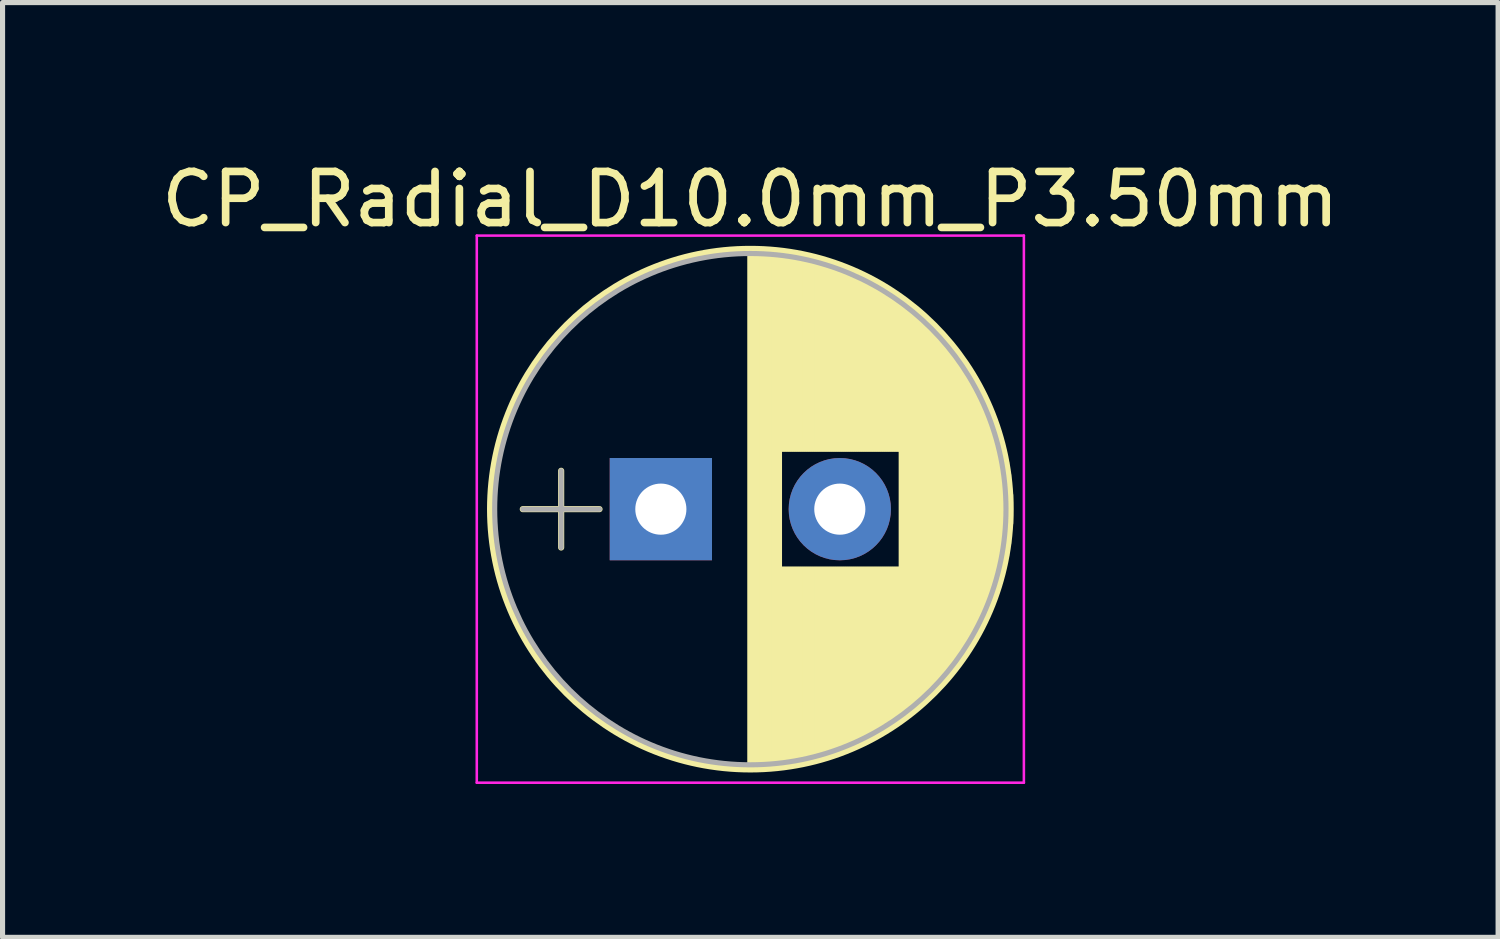
<source format=kicad_pcb>
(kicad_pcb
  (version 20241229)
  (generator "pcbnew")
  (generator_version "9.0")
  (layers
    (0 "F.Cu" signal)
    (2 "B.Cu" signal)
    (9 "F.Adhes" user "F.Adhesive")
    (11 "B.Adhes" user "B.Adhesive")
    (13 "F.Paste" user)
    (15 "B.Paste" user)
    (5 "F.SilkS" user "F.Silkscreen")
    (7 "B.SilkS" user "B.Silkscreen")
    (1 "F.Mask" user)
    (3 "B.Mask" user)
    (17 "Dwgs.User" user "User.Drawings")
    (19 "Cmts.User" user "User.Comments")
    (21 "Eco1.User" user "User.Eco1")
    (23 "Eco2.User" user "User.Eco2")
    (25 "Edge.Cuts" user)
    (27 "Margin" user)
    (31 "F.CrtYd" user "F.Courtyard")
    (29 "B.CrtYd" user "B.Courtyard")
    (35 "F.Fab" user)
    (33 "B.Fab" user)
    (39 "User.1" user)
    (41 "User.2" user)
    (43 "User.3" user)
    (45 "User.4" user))
  (footprint "CP_Radial_D10.0mm_P3.50mm"
    (layer "F.Cu")
    (at 9.875 6.908)
    (property "Reference" "CP_Radial_D10.0mm_P3.50mm" (at 1.75 -6.06 0) (layer "F.SilkS") (effects (font (size 1 1) (thickness 0.15))))
    (attr through_hole)
    (fp_line (start -2.7 0) (end -1.2 0) (stroke (width 0.12) (type solid)) (layer "F.SilkS"))
    (fp_line (start -1.95 -0.75) (end -1.95 0.75) (stroke (width 0.12) (type solid)) (layer "F.SilkS"))
    (fp_line (start 1.75 -5.05) (end 1.75 5.05) (stroke (width 0.12) (type solid)) (layer "F.SilkS"))
    (fp_line (start 1.79 -5.05) (end 1.79 5.05) (stroke (width 0.12) (type solid)) (layer "F.SilkS"))
    (fp_line (start 1.83 -5.05) (end 1.83 5.05) (stroke (width 0.12) (type solid)) (layer "F.SilkS"))
    (fp_line (start 1.87 -5.049) (end 1.87 5.049) (stroke (width 0.12) (type solid)) (layer "F.SilkS"))
    (fp_line (start 1.91 -5.048) (end 1.91 5.048) (stroke (width 0.12) (type solid)) (layer "F.SilkS"))
    (fp_line (start 1.95 -5.047) (end 1.95 5.047) (stroke (width 0.12) (type solid)) (layer "F.SilkS"))
    (fp_line (start 1.99 -5.045) (end 1.99 5.045) (stroke (width 0.12) (type solid)) (layer "F.SilkS"))
    (fp_line (start 2.03 -5.043) (end 2.03 5.043) (stroke (width 0.12) (type solid)) (layer "F.SilkS"))
    (fp_line (start 2.07 -5.04) (end 2.07 5.04) (stroke (width 0.12) (type solid)) (layer "F.SilkS"))
    (fp_line (start 2.11 -5.038) (end 2.11 5.038) (stroke (width 0.12) (type solid)) (layer "F.SilkS"))
    (fp_line (start 2.15 -5.035) (end 2.15 5.035) (stroke (width 0.12) (type solid)) (layer "F.SilkS"))
    (fp_line (start 2.19 -5.031) (end 2.19 5.031) (stroke (width 0.12) (type solid)) (layer "F.SilkS"))
    (fp_line (start 2.23 -5.028) (end 2.23 5.028) (stroke (width 0.12) (type solid)) (layer "F.SilkS"))
    (fp_line (start 2.27 -5.024) (end 2.27 5.024) (stroke (width 0.12) (type solid)) (layer "F.SilkS"))
    (fp_line (start 2.31 -5.02) (end 2.31 5.02) (stroke (width 0.12) (type solid)) (layer "F.SilkS"))
    (fp_line (start 2.35 -5.015) (end 2.35 -1.181) (stroke (width 0.12) (type solid)) (layer "F.SilkS"))
    (fp_line (start 2.35 1.181) (end 2.35 5.015) (stroke (width 0.12) (type solid)) (layer "F.SilkS"))
    (fp_line (start 2.39 -5.01) (end 2.39 -1.181) (stroke (width 0.12) (type solid)) (layer "F.SilkS"))
    (fp_line (start 2.39 1.181) (end 2.39 5.01) (stroke (width 0.12) (type solid)) (layer "F.SilkS"))
    (fp_line (start 2.43 -5.005) (end 2.43 -1.181) (stroke (width 0.12) (type solid)) (layer "F.SilkS"))
    (fp_line (start 2.43 1.181) (end 2.43 5.005) (stroke (width 0.12) (type solid)) (layer "F.SilkS"))
    (fp_line (start 2.471 -4.999) (end 2.471 -1.181) (stroke (width 0.12) (type solid)) (layer "F.SilkS"))
    (fp_line (start 2.471 1.181) (end 2.471 4.999) (stroke (width 0.12) (type solid)) (layer "F.SilkS"))
    (fp_line (start 2.511 -4.993) (end 2.511 -1.181) (stroke (width 0.12) (type solid)) (layer "F.SilkS"))
    (fp_line (start 2.511 1.181) (end 2.511 4.993) (stroke (width 0.12) (type solid)) (layer "F.SilkS"))
    (fp_line (start 2.551 -4.987) (end 2.551 -1.181) (stroke (width 0.12) (type solid)) (layer "F.SilkS"))
    (fp_line (start 2.551 1.181) (end 2.551 4.987) (stroke (width 0.12) (type solid)) (layer "F.SilkS"))
    (fp_line (start 2.591 -4.981) (end 2.591 -1.181) (stroke (width 0.12) (type solid)) (layer "F.SilkS"))
    (fp_line (start 2.591 1.181) (end 2.591 4.981) (stroke (width 0.12) (type solid)) (layer "F.SilkS"))
    (fp_line (start 2.631 -4.974) (end 2.631 -1.181) (stroke (width 0.12) (type solid)) (layer "F.SilkS"))
    (fp_line (start 2.631 1.181) (end 2.631 4.974) (stroke (width 0.12) (type solid)) (layer "F.SilkS"))
    (fp_line (start 2.671 -4.967) (end 2.671 -1.181) (stroke (width 0.12) (type solid)) (layer "F.SilkS"))
    (fp_line (start 2.671 1.181) (end 2.671 4.967) (stroke (width 0.12) (type solid)) (layer "F.SilkS"))
    (fp_line (start 2.711 -4.959) (end 2.711 -1.181) (stroke (width 0.12) (type solid)) (layer "F.SilkS"))
    (fp_line (start 2.711 1.181) (end 2.711 4.959) (stroke (width 0.12) (type solid)) (layer "F.SilkS"))
    (fp_line (start 2.751 -4.951) (end 2.751 -1.181) (stroke (width 0.12) (type solid)) (layer "F.SilkS"))
    (fp_line (start 2.751 1.181) (end 2.751 4.951) (stroke (width 0.12) (type solid)) (layer "F.SilkS"))
    (fp_line (start 2.791 -4.943) (end 2.791 -1.181) (stroke (width 0.12) (type solid)) (layer "F.SilkS"))
    (fp_line (start 2.791 1.181) (end 2.791 4.943) (stroke (width 0.12) (type solid)) (layer "F.SilkS"))
    (fp_line (start 2.831 -4.935) (end 2.831 -1.181) (stroke (width 0.12) (type solid)) (layer "F.SilkS"))
    (fp_line (start 2.831 1.181) (end 2.831 4.935) (stroke (width 0.12) (type solid)) (layer "F.SilkS"))
    (fp_line (start 2.871 -4.926) (end 2.871 -1.181) (stroke (width 0.12) (type solid)) (layer "F.SilkS"))
    (fp_line (start 2.871 1.181) (end 2.871 4.926) (stroke (width 0.12) (type solid)) (layer "F.SilkS"))
    (fp_line (start 2.911 -4.917) (end 2.911 -1.181) (stroke (width 0.12) (type solid)) (layer "F.SilkS"))
    (fp_line (start 2.911 1.181) (end 2.911 4.917) (stroke (width 0.12) (type solid)) (layer "F.SilkS"))
    (fp_line (start 2.951 -4.907) (end 2.951 -1.181) (stroke (width 0.12) (type solid)) (layer "F.SilkS"))
    (fp_line (start 2.951 1.181) (end 2.951 4.907) (stroke (width 0.12) (type solid)) (layer "F.SilkS"))
    (fp_line (start 2.991 -4.897) (end 2.991 -1.181) (stroke (width 0.12) (type solid)) (layer "F.SilkS"))
    (fp_line (start 2.991 1.181) (end 2.991 4.897) (stroke (width 0.12) (type solid)) (layer "F.SilkS"))
    (fp_line (start 3.031 -4.887) (end 3.031 -1.181) (stroke (width 0.12) (type solid)) (layer "F.SilkS"))
    (fp_line (start 3.031 1.181) (end 3.031 4.887) (stroke (width 0.12) (type solid)) (layer "F.SilkS"))
    (fp_line (start 3.071 -4.876) (end 3.071 -1.181) (stroke (width 0.12) (type solid)) (layer "F.SilkS"))
    (fp_line (start 3.071 1.181) (end 3.071 4.876) (stroke (width 0.12) (type solid)) (layer "F.SilkS"))
    (fp_line (start 3.111 -4.865) (end 3.111 -1.181) (stroke (width 0.12) (type solid)) (layer "F.SilkS"))
    (fp_line (start 3.111 1.181) (end 3.111 4.865) (stroke (width 0.12) (type solid)) (layer "F.SilkS"))
    (fp_line (start 3.151 -4.854) (end 3.151 -1.181) (stroke (width 0.12) (type solid)) (layer "F.SilkS"))
    (fp_line (start 3.151 1.181) (end 3.151 4.854) (stroke (width 0.12) (type solid)) (layer "F.SilkS"))
    (fp_line (start 3.191 -4.843) (end 3.191 -1.181) (stroke (width 0.12) (type solid)) (layer "F.SilkS"))
    (fp_line (start 3.191 1.181) (end 3.191 4.843) (stroke (width 0.12) (type solid)) (layer "F.SilkS"))
    (fp_line (start 3.231 -4.831) (end 3.231 -1.181) (stroke (width 0.12) (type solid)) (layer "F.SilkS"))
    (fp_line (start 3.231 1.181) (end 3.231 4.831) (stroke (width 0.12) (type solid)) (layer "F.SilkS"))
    (fp_line (start 3.271 -4.818) (end 3.271 -1.181) (stroke (width 0.12) (type solid)) (layer "F.SilkS"))
    (fp_line (start 3.271 1.181) (end 3.271 4.818) (stroke (width 0.12) (type solid)) (layer "F.SilkS"))
    (fp_line (start 3.311 -4.806) (end 3.311 -1.181) (stroke (width 0.12) (type solid)) (layer "F.SilkS"))
    (fp_line (start 3.311 1.181) (end 3.311 4.806) (stroke (width 0.12) (type solid)) (layer "F.SilkS"))
    (fp_line (start 3.351 -4.792) (end 3.351 -1.181) (stroke (width 0.12) (type solid)) (layer "F.SilkS"))
    (fp_line (start 3.351 1.181) (end 3.351 4.792) (stroke (width 0.12) (type solid)) (layer "F.SilkS"))
    (fp_line (start 3.391 -4.779) (end 3.391 -1.181) (stroke (width 0.12) (type solid)) (layer "F.SilkS"))
    (fp_line (start 3.391 1.181) (end 3.391 4.779) (stroke (width 0.12) (type solid)) (layer "F.SilkS"))
    (fp_line (start 3.431 -4.765) (end 3.431 -1.181) (stroke (width 0.12) (type solid)) (layer "F.SilkS"))
    (fp_line (start 3.431 1.181) (end 3.431 4.765) (stroke (width 0.12) (type solid)) (layer "F.SilkS"))
    (fp_line (start 3.471 -4.751) (end 3.471 -1.181) (stroke (width 0.12) (type solid)) (layer "F.SilkS"))
    (fp_line (start 3.471 1.181) (end 3.471 4.751) (stroke (width 0.12) (type solid)) (layer "F.SilkS"))
    (fp_line (start 3.511 -4.737) (end 3.511 -1.181) (stroke (width 0.12) (type solid)) (layer "F.SilkS"))
    (fp_line (start 3.511 1.181) (end 3.511 4.737) (stroke (width 0.12) (type solid)) (layer "F.SilkS"))
    (fp_line (start 3.551 -4.722) (end 3.551 -1.181) (stroke (width 0.12) (type solid)) (layer "F.SilkS"))
    (fp_line (start 3.551 1.181) (end 3.551 4.722) (stroke (width 0.12) (type solid)) (layer "F.SilkS"))
    (fp_line (start 3.591 -4.706) (end 3.591 -1.181) (stroke (width 0.12) (type solid)) (layer "F.SilkS"))
    (fp_line (start 3.591 1.181) (end 3.591 4.706) (stroke (width 0.12) (type solid)) (layer "F.SilkS"))
    (fp_line (start 3.631 -4.691) (end 3.631 -1.181) (stroke (width 0.12) (type solid)) (layer "F.SilkS"))
    (fp_line (start 3.631 1.181) (end 3.631 4.691) (stroke (width 0.12) (type solid)) (layer "F.SilkS"))
    (fp_line (start 3.671 -4.674) (end 3.671 -1.181) (stroke (width 0.12) (type solid)) (layer "F.SilkS"))
    (fp_line (start 3.671 1.181) (end 3.671 4.674) (stroke (width 0.12) (type solid)) (layer "F.SilkS"))
    (fp_line (start 3.711 -4.658) (end 3.711 -1.181) (stroke (width 0.12) (type solid)) (layer "F.SilkS"))
    (fp_line (start 3.711 1.181) (end 3.711 4.658) (stroke (width 0.12) (type solid)) (layer "F.SilkS"))
    (fp_line (start 3.751 -4.641) (end 3.751 -1.181) (stroke (width 0.12) (type solid)) (layer "F.SilkS"))
    (fp_line (start 3.751 1.181) (end 3.751 4.641) (stroke (width 0.12) (type solid)) (layer "F.SilkS"))
    (fp_line (start 3.791 -4.624) (end 3.791 -1.181) (stroke (width 0.12) (type solid)) (layer "F.SilkS"))
    (fp_line (start 3.791 1.181) (end 3.791 4.624) (stroke (width 0.12) (type solid)) (layer "F.SilkS"))
    (fp_line (start 3.831 -4.606) (end 3.831 -1.181) (stroke (width 0.12) (type solid)) (layer "F.SilkS"))
    (fp_line (start 3.831 1.181) (end 3.831 4.606) (stroke (width 0.12) (type solid)) (layer "F.SilkS"))
    (fp_line (start 3.871 -4.588) (end 3.871 -1.181) (stroke (width 0.12) (type solid)) (layer "F.SilkS"))
    (fp_line (start 3.871 1.181) (end 3.871 4.588) (stroke (width 0.12) (type solid)) (layer "F.SilkS"))
    (fp_line (start 3.911 -4.569) (end 3.911 -1.181) (stroke (width 0.12) (type solid)) (layer "F.SilkS"))
    (fp_line (start 3.911 1.181) (end 3.911 4.569) (stroke (width 0.12) (type solid)) (layer "F.SilkS"))
    (fp_line (start 3.951 -4.55) (end 3.951 -1.181) (stroke (width 0.12) (type solid)) (layer "F.SilkS"))
    (fp_line (start 3.951 1.181) (end 3.951 4.55) (stroke (width 0.12) (type solid)) (layer "F.SilkS"))
    (fp_line (start 3.991 -4.531) (end 3.991 -1.181) (stroke (width 0.12) (type solid)) (layer "F.SilkS"))
    (fp_line (start 3.991 1.181) (end 3.991 4.531) (stroke (width 0.12) (type solid)) (layer "F.SilkS"))
    (fp_line (start 4.031 -4.511) (end 4.031 -1.181) (stroke (width 0.12) (type solid)) (layer "F.SilkS"))
    (fp_line (start 4.031 1.181) (end 4.031 4.511) (stroke (width 0.12) (type solid)) (layer "F.SilkS"))
    (fp_line (start 4.071 -4.491) (end 4.071 -1.181) (stroke (width 0.12) (type solid)) (layer "F.SilkS"))
    (fp_line (start 4.071 1.181) (end 4.071 4.491) (stroke (width 0.12) (type solid)) (layer "F.SilkS"))
    (fp_line (start 4.111 -4.47) (end 4.111 -1.181) (stroke (width 0.12) (type solid)) (layer "F.SilkS"))
    (fp_line (start 4.111 1.181) (end 4.111 4.47) (stroke (width 0.12) (type solid)) (layer "F.SilkS"))
    (fp_line (start 4.151 -4.449) (end 4.151 -1.181) (stroke (width 0.12) (type solid)) (layer "F.SilkS"))
    (fp_line (start 4.151 1.181) (end 4.151 4.449) (stroke (width 0.12) (type solid)) (layer "F.SilkS"))
    (fp_line (start 4.191 -4.428) (end 4.191 -1.181) (stroke (width 0.12) (type solid)) (layer "F.SilkS"))
    (fp_line (start 4.191 1.181) (end 4.191 4.428) (stroke (width 0.12) (type solid)) (layer "F.SilkS"))
    (fp_line (start 4.231 -4.405) (end 4.231 -1.181) (stroke (width 0.12) (type solid)) (layer "F.SilkS"))
    (fp_line (start 4.231 1.181) (end 4.231 4.405) (stroke (width 0.12) (type solid)) (layer "F.SilkS"))
    (fp_line (start 4.271 -4.383) (end 4.271 -1.181) (stroke (width 0.12) (type solid)) (layer "F.SilkS"))
    (fp_line (start 4.271 1.181) (end 4.271 4.383) (stroke (width 0.12) (type solid)) (layer "F.SilkS"))
    (fp_line (start 4.311 -4.36) (end 4.311 -1.181) (stroke (width 0.12) (type solid)) (layer "F.SilkS"))
    (fp_line (start 4.311 1.181) (end 4.311 4.36) (stroke (width 0.12) (type solid)) (layer "F.SilkS"))
    (fp_line (start 4.351 -4.336) (end 4.351 -1.181) (stroke (width 0.12) (type solid)) (layer "F.SilkS"))
    (fp_line (start 4.351 1.181) (end 4.351 4.336) (stroke (width 0.12) (type solid)) (layer "F.SilkS"))
    (fp_line (start 4.391 -4.312) (end 4.391 -1.181) (stroke (width 0.12) (type solid)) (layer "F.SilkS"))
    (fp_line (start 4.391 1.181) (end 4.391 4.312) (stroke (width 0.12) (type solid)) (layer "F.SilkS"))
    (fp_line (start 4.431 -4.288) (end 4.431 -1.181) (stroke (width 0.12) (type solid)) (layer "F.SilkS"))
    (fp_line (start 4.431 1.181) (end 4.431 4.288) (stroke (width 0.12) (type solid)) (layer "F.SilkS"))
    (fp_line (start 4.471 -4.263) (end 4.471 -1.181) (stroke (width 0.12) (type solid)) (layer "F.SilkS"))
    (fp_line (start 4.471 1.181) (end 4.471 4.263) (stroke (width 0.12) (type solid)) (layer "F.SilkS"))
    (fp_line (start 4.511 -4.237) (end 4.511 -1.181) (stroke (width 0.12) (type solid)) (layer "F.SilkS"))
    (fp_line (start 4.511 1.181) (end 4.511 4.237) (stroke (width 0.12) (type solid)) (layer "F.SilkS"))
    (fp_line (start 4.551 -4.211) (end 4.551 -1.181) (stroke (width 0.12) (type solid)) (layer "F.SilkS"))
    (fp_line (start 4.551 1.181) (end 4.551 4.211) (stroke (width 0.12) (type solid)) (layer "F.SilkS"))
    (fp_line (start 4.591 -4.185) (end 4.591 -1.181) (stroke (width 0.12) (type solid)) (layer "F.SilkS"))
    (fp_line (start 4.591 1.181) (end 4.591 4.185) (stroke (width 0.12) (type solid)) (layer "F.SilkS"))
    (fp_line (start 4.631 -4.157) (end 4.631 -1.181) (stroke (width 0.12) (type solid)) (layer "F.SilkS"))
    (fp_line (start 4.631 1.181) (end 4.631 4.157) (stroke (width 0.12) (type solid)) (layer "F.SilkS"))
    (fp_line (start 4.671 -4.13) (end 4.671 -1.181) (stroke (width 0.12) (type solid)) (layer "F.SilkS"))
    (fp_line (start 4.671 1.181) (end 4.671 4.13) (stroke (width 0.12) (type solid)) (layer "F.SilkS"))
    (fp_line (start 4.711 -4.101) (end 4.711 4.101) (stroke (width 0.12) (type solid)) (layer "F.SilkS"))
    (fp_line (start 4.751 -4.072) (end 4.751 4.072) (stroke (width 0.12) (type solid)) (layer "F.SilkS"))
    (fp_line (start 4.791 -4.043) (end 4.791 4.043) (stroke (width 0.12) (type solid)) (layer "F.SilkS"))
    (fp_line (start 4.831 -4.013) (end 4.831 4.013) (stroke (width 0.12) (type solid)) (layer "F.SilkS"))
    (fp_line (start 4.871 -3.982) (end 4.871 3.982) (stroke (width 0.12) (type solid)) (layer "F.SilkS"))
    (fp_line (start 4.911 -3.951) (end 4.911 3.951) (stroke (width 0.12) (type solid)) (layer "F.SilkS"))
    (fp_line (start 4.951 -3.919) (end 4.951 3.919) (stroke (width 0.12) (type solid)) (layer "F.SilkS"))
    (fp_line (start 4.991 -3.886) (end 4.991 3.886) (stroke (width 0.12) (type solid)) (layer "F.SilkS"))
    (fp_line (start 5.031 -3.853) (end 5.031 3.853) (stroke (width 0.12) (type solid)) (layer "F.SilkS"))
    (fp_line (start 5.071 -3.819) (end 5.071 3.819) (stroke (width 0.12) (type solid)) (layer "F.SilkS"))
    (fp_line (start 5.111 -3.784) (end 5.111 3.784) (stroke (width 0.12) (type solid)) (layer "F.SilkS"))
    (fp_line (start 5.151 -3.748) (end 5.151 3.748) (stroke (width 0.12) (type solid)) (layer "F.SilkS"))
    (fp_line (start 5.191 -3.712) (end 5.191 3.712) (stroke (width 0.12) (type solid)) (layer "F.SilkS"))
    (fp_line (start 5.231 -3.675) (end 5.231 3.675) (stroke (width 0.12) (type solid)) (layer "F.SilkS"))
    (fp_line (start 5.271 -3.637) (end 5.271 3.637) (stroke (width 0.12) (type solid)) (layer "F.SilkS"))
    (fp_line (start 5.311 -3.598) (end 5.311 3.598) (stroke (width 0.12) (type solid)) (layer "F.SilkS"))
    (fp_line (start 5.351 -3.559) (end 5.351 3.559) (stroke (width 0.12) (type solid)) (layer "F.SilkS"))
    (fp_line (start 5.391 -3.518) (end 5.391 3.518) (stroke (width 0.12) (type solid)) (layer "F.SilkS"))
    (fp_line (start 5.431 -3.477) (end 5.431 3.477) (stroke (width 0.12) (type solid)) (layer "F.SilkS"))
    (fp_line (start 5.471 -3.435) (end 5.471 3.435) (stroke (width 0.12) (type solid)) (layer "F.SilkS"))
    (fp_line (start 5.511 -3.391) (end 5.511 3.391) (stroke (width 0.12) (type solid)) (layer "F.SilkS"))
    (fp_line (start 5.551 -3.347) (end 5.551 3.347) (stroke (width 0.12) (type solid)) (layer "F.SilkS"))
    (fp_line (start 5.591 -3.302) (end 5.591 3.302) (stroke (width 0.12) (type solid)) (layer "F.SilkS"))
    (fp_line (start 5.631 -3.255) (end 5.631 3.255) (stroke (width 0.12) (type solid)) (layer "F.SilkS"))
    (fp_line (start 5.671 -3.207) (end 5.671 3.207) (stroke (width 0.12) (type solid)) (layer "F.SilkS"))
    (fp_line (start 5.711 -3.158) (end 5.711 3.158) (stroke (width 0.12) (type solid)) (layer "F.SilkS"))
    (fp_line (start 5.751 -3.108) (end 5.751 3.108) (stroke (width 0.12) (type solid)) (layer "F.SilkS"))
    (fp_line (start 5.791 -3.057) (end 5.791 3.057) (stroke (width 0.12) (type solid)) (layer "F.SilkS"))
    (fp_line (start 5.831 -3.004) (end 5.831 3.004) (stroke (width 0.12) (type solid)) (layer "F.SilkS"))
    (fp_line (start 5.871 -2.949) (end 5.871 2.949) (stroke (width 0.12) (type solid)) (layer "F.SilkS"))
    (fp_line (start 5.911 -2.894) (end 5.911 2.894) (stroke (width 0.12) (type solid)) (layer "F.SilkS"))
    (fp_line (start 5.951 -2.836) (end 5.951 2.836) (stroke (width 0.12) (type solid)) (layer "F.SilkS"))
    (fp_line (start 5.991 -2.777) (end 5.991 2.777) (stroke (width 0.12) (type solid)) (layer "F.SilkS"))
    (fp_line (start 6.031 -2.715) (end 6.031 2.715) (stroke (width 0.12) (type solid)) (layer "F.SilkS"))
    (fp_line (start 6.071 -2.652) (end 6.071 2.652) (stroke (width 0.12) (type solid)) (layer "F.SilkS"))
    (fp_line (start 6.111 -2.587) (end 6.111 2.587) (stroke (width 0.12) (type solid)) (layer "F.SilkS"))
    (fp_line (start 6.151 -2.519) (end 6.151 2.519) (stroke (width 0.12) (type solid)) (layer "F.SilkS"))
    (fp_line (start 6.191 -2.449) (end 6.191 2.449) (stroke (width 0.12) (type solid)) (layer "F.SilkS"))
    (fp_line (start 6.231 -2.377) (end 6.231 2.377) (stroke (width 0.12) (type solid)) (layer "F.SilkS"))
    (fp_line (start 6.271 -2.301) (end 6.271 2.301) (stroke (width 0.12) (type solid)) (layer "F.SilkS"))
    (fp_line (start 6.311 -2.222) (end 6.311 2.222) (stroke (width 0.12) (type solid)) (layer "F.SilkS"))
    (fp_line (start 6.351 -2.14) (end 6.351 2.14) (stroke (width 0.12) (type solid)) (layer "F.SilkS"))
    (fp_line (start 6.391 -2.053) (end 6.391 2.053) (stroke (width 0.12) (type solid)) (layer "F.SilkS"))
    (fp_line (start 6.431 -1.962) (end 6.431 1.962) (stroke (width 0.12) (type solid)) (layer "F.SilkS"))
    (fp_line (start 6.471 -1.866) (end 6.471 1.866) (stroke (width 0.12) (type solid)) (layer "F.SilkS"))
    (fp_line (start 6.511 -1.763) (end 6.511 1.763) (stroke (width 0.12) (type solid)) (layer "F.SilkS"))
    (fp_line (start 6.551 -1.654) (end 6.551 1.654) (stroke (width 0.12) (type solid)) (layer "F.SilkS"))
    (fp_line (start 6.591 -1.536) (end 6.591 1.536) (stroke (width 0.12) (type solid)) (layer "F.SilkS"))
    (fp_line (start 6.631 -1.407) (end 6.631 1.407) (stroke (width 0.12) (type solid)) (layer "F.SilkS"))
    (fp_line (start 6.671 -1.265) (end 6.671 1.265) (stroke (width 0.12) (type solid)) (layer "F.SilkS"))
    (fp_line (start 6.711 -1.104) (end 6.711 1.104) (stroke (width 0.12) (type solid)) (layer "F.SilkS"))
    (fp_line (start 6.751 -0.913) (end 6.751 0.913) (stroke (width 0.12) (type solid)) (layer "F.SilkS"))
    (fp_line (start 6.791 -0.672) (end 6.791 0.672) (stroke (width 0.12) (type solid)) (layer "F.SilkS"))
    (fp_line (start 6.831 -0.279) (end 6.831 0.279) (stroke (width 0.12) (type solid)) (layer "F.SilkS"))
    (fp_circle (center 1.75 0) (end 6.84 0) (stroke (width 0.12) (type solid)) (fill no) (layer "F.SilkS"))
    (fp_line (start -3.6 -5.35) (end -3.6 5.35) (stroke (width 0.05) (type solid)) (layer "F.CrtYd"))
    (fp_line (start -3.6 5.35) (end 7.1 5.35) (stroke (width 0.05) (type solid)) (layer "F.CrtYd"))
    (fp_line (start 7.1 -5.35) (end -3.6 -5.35) (stroke (width 0.05) (type solid)) (layer "F.CrtYd"))
    (fp_line (start 7.1 5.35) (end 7.1 -5.35) (stroke (width 0.05) (type solid)) (layer "F.CrtYd"))
    (fp_line (start -2.7 0) (end -1.2 0) (stroke (width 0.1) (type solid)) (layer "F.Fab"))
    (fp_line (start -1.95 -0.75) (end -1.95 0.75) (stroke (width 0.1) (type solid)) (layer "F.Fab"))
    (fp_circle (center 1.75 0) (end 6.75 0) (stroke (width 0.1) (type solid)) (fill no) (layer "F.Fab"))
    (pad "1" thru_hole rect (at 0 0) (size 2 2) (drill 1) (layers "*.Cu" "*.Mask"))
    (pad "2" thru_hole circle (at 3.5 0) (size 2 2) (drill 1) (layers "*.Cu" "*.Mask")))
  (gr_rect
    (start -3 -3)
    (end 26.25 15.283)
    (stroke (width 0.1) (type default))
    (fill no)
    (layer "Edge.Cuts")))
</source>
